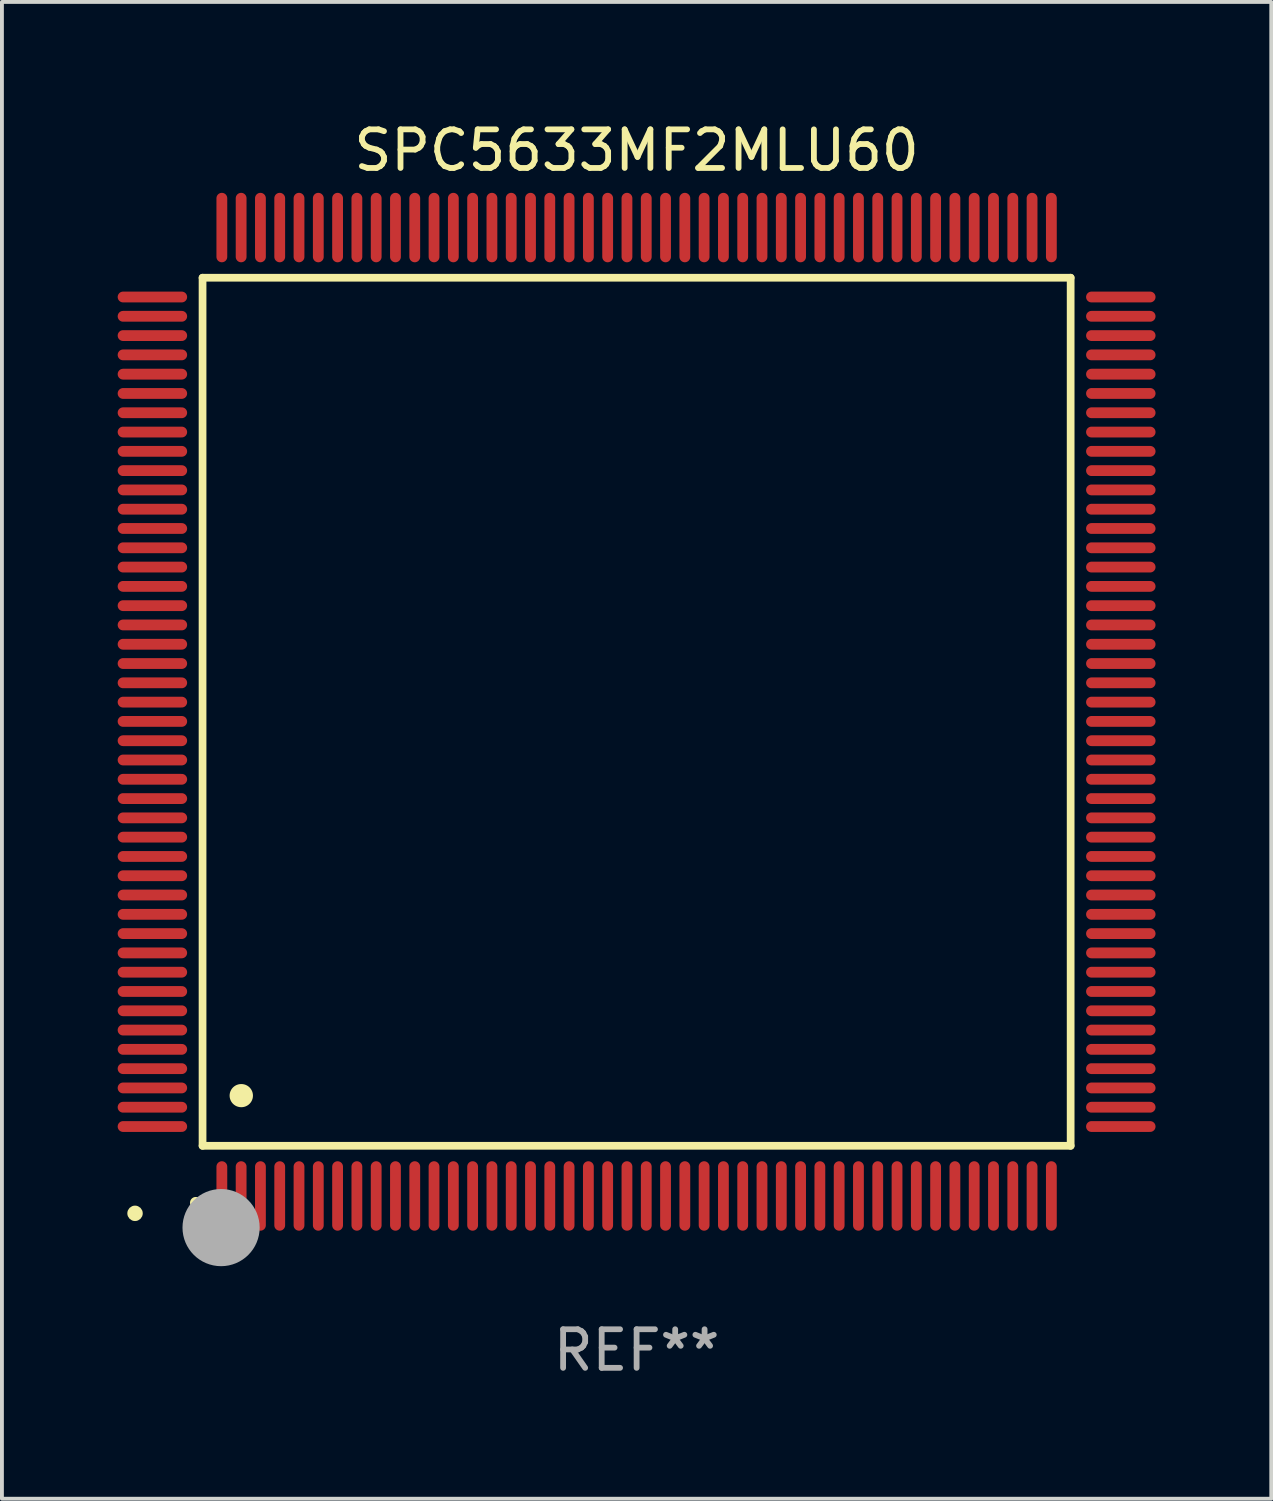
<source format=kicad_pcb>
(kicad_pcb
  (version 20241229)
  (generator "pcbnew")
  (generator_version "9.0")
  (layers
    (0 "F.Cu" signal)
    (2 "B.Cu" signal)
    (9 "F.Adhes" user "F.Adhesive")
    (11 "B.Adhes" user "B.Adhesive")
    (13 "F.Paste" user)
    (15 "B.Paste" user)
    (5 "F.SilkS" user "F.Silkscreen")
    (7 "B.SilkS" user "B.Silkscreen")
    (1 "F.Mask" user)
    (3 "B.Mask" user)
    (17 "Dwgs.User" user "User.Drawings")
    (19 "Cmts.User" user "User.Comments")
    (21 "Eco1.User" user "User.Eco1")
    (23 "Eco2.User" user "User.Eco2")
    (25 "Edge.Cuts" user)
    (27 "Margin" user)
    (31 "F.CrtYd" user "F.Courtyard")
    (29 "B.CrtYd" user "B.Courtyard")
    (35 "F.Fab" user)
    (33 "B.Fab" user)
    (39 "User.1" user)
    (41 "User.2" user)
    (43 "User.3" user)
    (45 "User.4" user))
  (footprint "SPC5633MF2MLU60"
    (layer "F.Cu")
    (at 13.45 15.398)
    (property "Reference" "SPC5633MF2MLU60" (at 0 -14.55 0) (layer "F.SilkS") (effects (font (size 1 1) (thickness 0.15))))
    (attr through_hole)
    (fp_line (start -11.25 -11.25) (end 11.25 -11.25) (stroke (width 0.2) (type solid)) (layer "F.SilkS"))
    (fp_line (start -11.25 11.25) (end -11.25 -11.25) (stroke (width 0.2) (type solid)) (layer "F.SilkS"))
    (fp_line (start 11.25 -11.25) (end 11.25 11.25) (stroke (width 0.2) (type solid)) (layer "F.SilkS"))
    (fp_line (start 11.25 11.25) (end -11.25 11.25) (stroke (width 0.2) (type solid)) (layer "F.SilkS"))
    (fp_arc (start -11.424943 12.725425) (mid -11.423673 12.72542) (end -11.422403 12.725425) (stroke (width 0.3) (type solid)) (layer "F.SilkS"))
    (fp_arc (start -10.24892 9.9492) (mid -10.24638 9.949189) (end -10.24384 9.9492) (stroke (width 0.6) (type solid)) (layer "F.SilkS"))
    (fp_circle (center -13 13) (end -12.9 13) (stroke (width 0.2) (type solid)) (fill no) (layer "F.SilkS"))
    (fp_circle (center -10.77 13.37) (end -10.27 13.37) (stroke (width 1) (type solid)) (fill no) (layer "F.Fab"))
    (fp_text user "REF**" (at 0 16.55 0) (layer "F.Fab") (effects (font (size 1 1) (thickness 0.15))))
    (pad "1" smd oval (at -10.75 12.55) (size 0.28 1.8) (layers "F.Cu" "F.Mask" "F.Paste"))
    (pad "2" smd oval (at -10.25 12.55) (size 0.28 1.8) (layers "F.Cu" "F.Mask" "F.Paste"))
    (pad "3" smd oval (at -9.75 12.55) (size 0.28 1.8) (layers "F.Cu" "F.Mask" "F.Paste"))
    (pad "4" smd oval (at -9.25 12.55) (size 0.28 1.8) (layers "F.Cu" "F.Mask" "F.Paste"))
    (pad "5" smd oval (at -8.75 12.55) (size 0.28 1.8) (layers "F.Cu" "F.Mask" "F.Paste"))
    (pad "6" smd oval (at -8.25 12.55) (size 0.28 1.8) (layers "F.Cu" "F.Mask" "F.Paste"))
    (pad "7" smd oval (at -7.75 12.55) (size 0.28 1.8) (layers "F.Cu" "F.Mask" "F.Paste"))
    (pad "8" smd oval (at -7.25 12.55) (size 0.28 1.8) (layers "F.Cu" "F.Mask" "F.Paste"))
    (pad "9" smd oval (at -6.75 12.55) (size 0.28 1.8) (layers "F.Cu" "F.Mask" "F.Paste"))
    (pad "10" smd oval (at -6.25 12.55) (size 0.28 1.8) (layers "F.Cu" "F.Mask" "F.Paste"))
    (pad "11" smd oval (at -5.75 12.55) (size 0.28 1.8) (layers "F.Cu" "F.Mask" "F.Paste"))
    (pad "12" smd oval (at -5.25 12.55) (size 0.28 1.8) (layers "F.Cu" "F.Mask" "F.Paste"))
    (pad "13" smd oval (at -4.75 12.55) (size 0.28 1.8) (layers "F.Cu" "F.Mask" "F.Paste"))
    (pad "14" smd oval (at -4.25 12.55) (size 0.28 1.8) (layers "F.Cu" "F.Mask" "F.Paste"))
    (pad "15" smd oval (at -3.75 12.55) (size 0.28 1.8) (layers "F.Cu" "F.Mask" "F.Paste"))
    (pad "16" smd oval (at -3.25 12.55) (size 0.28 1.8) (layers "F.Cu" "F.Mask" "F.Paste"))
    (pad "17" smd oval (at -2.75 12.55) (size 0.28 1.8) (layers "F.Cu" "F.Mask" "F.Paste"))
    (pad "18" smd oval (at -2.25 12.55) (size 0.28 1.8) (layers "F.Cu" "F.Mask" "F.Paste"))
    (pad "19" smd oval (at -1.75 12.55) (size 0.28 1.8) (layers "F.Cu" "F.Mask" "F.Paste"))
    (pad "20" smd oval (at -1.25 12.55) (size 0.28 1.8) (layers "F.Cu" "F.Mask" "F.Paste"))
    (pad "21" smd oval (at -0.75 12.55) (size 0.28 1.8) (layers "F.Cu" "F.Mask" "F.Paste"))
    (pad "22" smd oval (at -0.25 12.55) (size 0.28 1.8) (layers "F.Cu" "F.Mask" "F.Paste"))
    (pad "23" smd oval (at 0.25 12.55) (size 0.28 1.8) (layers "F.Cu" "F.Mask" "F.Paste"))
    (pad "24" smd oval (at 0.75 12.55) (size 0.28 1.8) (layers "F.Cu" "F.Mask" "F.Paste"))
    (pad "25" smd oval (at 1.25 12.55) (size 0.28 1.8) (layers "F.Cu" "F.Mask" "F.Paste"))
    (pad "26" smd oval (at 1.75 12.55) (size 0.28 1.8) (layers "F.Cu" "F.Mask" "F.Paste"))
    (pad "27" smd oval (at 2.25 12.55) (size 0.28 1.8) (layers "F.Cu" "F.Mask" "F.Paste"))
    (pad "28" smd oval (at 2.75 12.55) (size 0.28 1.8) (layers "F.Cu" "F.Mask" "F.Paste"))
    (pad "29" smd oval (at 3.25 12.55) (size 0.28 1.8) (layers "F.Cu" "F.Mask" "F.Paste"))
    (pad "30" smd oval (at 3.75 12.55) (size 0.28 1.8) (layers "F.Cu" "F.Mask" "F.Paste"))
    (pad "31" smd oval (at 4.25 12.55) (size 0.28 1.8) (layers "F.Cu" "F.Mask" "F.Paste"))
    (pad "32" smd oval (at 4.75 12.55) (size 0.28 1.8) (layers "F.Cu" "F.Mask" "F.Paste"))
    (pad "33" smd oval (at 5.25 12.55) (size 0.28 1.8) (layers "F.Cu" "F.Mask" "F.Paste"))
    (pad "34" smd oval (at 5.75 12.55) (size 0.28 1.8) (layers "F.Cu" "F.Mask" "F.Paste"))
    (pad "35" smd oval (at 6.25 12.55) (size 0.28 1.8) (layers "F.Cu" "F.Mask" "F.Paste"))
    (pad "36" smd oval (at 6.75 12.55) (size 0.28 1.8) (layers "F.Cu" "F.Mask" "F.Paste"))
    (pad "37" smd oval (at 7.25 12.55) (size 0.28 1.8) (layers "F.Cu" "F.Mask" "F.Paste"))
    (pad "38" smd oval (at 7.75 12.55) (size 0.28 1.8) (layers "F.Cu" "F.Mask" "F.Paste"))
    (pad "39" smd oval (at 8.25 12.55) (size 0.28 1.8) (layers "F.Cu" "F.Mask" "F.Paste"))
    (pad "40" smd oval (at 8.75 12.55) (size 0.28 1.8) (layers "F.Cu" "F.Mask" "F.Paste"))
    (pad "41" smd oval (at 9.25 12.55) (size 0.28 1.8) (layers "F.Cu" "F.Mask" "F.Paste"))
    (pad "42" smd oval (at 9.75 12.55) (size 0.28 1.8) (layers "F.Cu" "F.Mask" "F.Paste"))
    (pad "43" smd oval (at 10.25 12.55) (size 0.28 1.8) (layers "F.Cu" "F.Mask" "F.Paste"))
    (pad "44" smd oval (at 10.75 12.55) (size 0.28 1.8) (layers "F.Cu" "F.Mask" "F.Paste"))
    (pad "45" smd oval (at 12.55 10.75) (size 1.8 0.28) (layers "F.Cu" "F.Mask" "F.Paste"))
    (pad "46" smd oval (at 12.55 10.25) (size 1.8 0.28) (layers "F.Cu" "F.Mask" "F.Paste"))
    (pad "47" smd oval (at 12.55 9.75) (size 1.8 0.28) (layers "F.Cu" "F.Mask" "F.Paste"))
    (pad "48" smd oval (at 12.55 9.25) (size 1.8 0.28) (layers "F.Cu" "F.Mask" "F.Paste"))
    (pad "49" smd oval (at 12.55 8.75) (size 1.8 0.28) (layers "F.Cu" "F.Mask" "F.Paste"))
    (pad "50" smd oval (at 12.55 8.25) (size 1.8 0.28) (layers "F.Cu" "F.Mask" "F.Paste"))
    (pad "51" smd oval (at 12.55 7.75) (size 1.8 0.28) (layers "F.Cu" "F.Mask" "F.Paste"))
    (pad "52" smd oval (at 12.55 7.25) (size 1.8 0.28) (layers "F.Cu" "F.Mask" "F.Paste"))
    (pad "53" smd oval (at 12.55 6.75) (size 1.8 0.28) (layers "F.Cu" "F.Mask" "F.Paste"))
    (pad "54" smd oval (at 12.55 6.25) (size 1.8 0.28) (layers "F.Cu" "F.Mask" "F.Paste"))
    (pad "55" smd oval (at 12.55 5.75) (size 1.8 0.28) (layers "F.Cu" "F.Mask" "F.Paste"))
    (pad "56" smd oval (at 12.55 5.25) (size 1.8 0.28) (layers "F.Cu" "F.Mask" "F.Paste"))
    (pad "57" smd oval (at 12.55 4.75) (size 1.8 0.28) (layers "F.Cu" "F.Mask" "F.Paste"))
    (pad "58" smd oval (at 12.55 4.25) (size 1.8 0.28) (layers "F.Cu" "F.Mask" "F.Paste"))
    (pad "59" smd oval (at 12.55 3.75) (size 1.8 0.28) (layers "F.Cu" "F.Mask" "F.Paste"))
    (pad "60" smd oval (at 12.55 3.25) (size 1.8 0.28) (layers "F.Cu" "F.Mask" "F.Paste"))
    (pad "61" smd oval (at 12.55 2.75) (size 1.8 0.28) (layers "F.Cu" "F.Mask" "F.Paste"))
    (pad "62" smd oval (at 12.55 2.25) (size 1.8 0.28) (layers "F.Cu" "F.Mask" "F.Paste"))
    (pad "63" smd oval (at 12.55 1.75) (size 1.8 0.28) (layers "F.Cu" "F.Mask" "F.Paste"))
    (pad "64" smd oval (at 12.55 1.25) (size 1.8 0.28) (layers "F.Cu" "F.Mask" "F.Paste"))
    (pad "65" smd oval (at 12.55 0.75) (size 1.8 0.28) (layers "F.Cu" "F.Mask" "F.Paste"))
    (pad "66" smd oval (at 12.55 0.25) (size 1.8 0.28) (layers "F.Cu" "F.Mask" "F.Paste"))
    (pad "67" smd oval (at 12.55 -0.25) (size 1.8 0.28) (layers "F.Cu" "F.Mask" "F.Paste"))
    (pad "68" smd oval (at 12.55 -0.75) (size 1.8 0.28) (layers "F.Cu" "F.Mask" "F.Paste"))
    (pad "69" smd oval (at 12.55 -1.25) (size 1.8 0.28) (layers "F.Cu" "F.Mask" "F.Paste"))
    (pad "70" smd oval (at 12.55 -1.75) (size 1.8 0.28) (layers "F.Cu" "F.Mask" "F.Paste"))
    (pad "71" smd oval (at 12.55 -2.25) (size 1.8 0.28) (layers "F.Cu" "F.Mask" "F.Paste"))
    (pad "72" smd oval (at 12.55 -2.75) (size 1.8 0.28) (layers "F.Cu" "F.Mask" "F.Paste"))
    (pad "73" smd oval (at 12.55 -3.25) (size 1.8 0.28) (layers "F.Cu" "F.Mask" "F.Paste"))
    (pad "74" smd oval (at 12.55 -3.75) (size 1.8 0.28) (layers "F.Cu" "F.Mask" "F.Paste"))
    (pad "75" smd oval (at 12.55 -4.25) (size 1.8 0.28) (layers "F.Cu" "F.Mask" "F.Paste"))
    (pad "76" smd oval (at 12.55 -4.75) (size 1.8 0.28) (layers "F.Cu" "F.Mask" "F.Paste"))
    (pad "77" smd oval (at 12.55 -5.25) (size 1.8 0.28) (layers "F.Cu" "F.Mask" "F.Paste"))
    (pad "78" smd oval (at 12.55 -5.75) (size 1.8 0.28) (layers "F.Cu" "F.Mask" "F.Paste"))
    (pad "79" smd oval (at 12.55 -6.25) (size 1.8 0.28) (layers "F.Cu" "F.Mask" "F.Paste"))
    (pad "80" smd oval (at 12.55 -6.75) (size 1.8 0.28) (layers "F.Cu" "F.Mask" "F.Paste"))
    (pad "81" smd oval (at 12.55 -7.25) (size 1.8 0.28) (layers "F.Cu" "F.Mask" "F.Paste"))
    (pad "82" smd oval (at 12.55 -7.75) (size 1.8 0.28) (layers "F.Cu" "F.Mask" "F.Paste"))
    (pad "83" smd oval (at 12.55 -8.25) (size 1.8 0.28) (layers "F.Cu" "F.Mask" "F.Paste"))
    (pad "84" smd oval (at 12.55 -8.75) (size 1.8 0.28) (layers "F.Cu" "F.Mask" "F.Paste"))
    (pad "85" smd oval (at 12.55 -9.25) (size 1.8 0.28) (layers "F.Cu" "F.Mask" "F.Paste"))
    (pad "86" smd oval (at 12.55 -9.75) (size 1.8 0.28) (layers "F.Cu" "F.Mask" "F.Paste"))
    (pad "87" smd oval (at 12.55 -10.25) (size 1.8 0.28) (layers "F.Cu" "F.Mask" "F.Paste"))
    (pad "88" smd oval (at 12.55 -10.75) (size 1.8 0.28) (layers "F.Cu" "F.Mask" "F.Paste"))
    (pad "89" smd oval (at 10.75 -12.55) (size 0.28 1.8) (layers "F.Cu" "F.Mask" "F.Paste"))
    (pad "90" smd oval (at 10.25 -12.55) (size 0.28 1.8) (layers "F.Cu" "F.Mask" "F.Paste"))
    (pad "91" smd oval (at 9.75 -12.55) (size 0.28 1.8) (layers "F.Cu" "F.Mask" "F.Paste"))
    (pad "92" smd oval (at 9.25 -12.55) (size 0.28 1.8) (layers "F.Cu" "F.Mask" "F.Paste"))
    (pad "93" smd oval (at 8.75 -12.55) (size 0.28 1.8) (layers "F.Cu" "F.Mask" "F.Paste"))
    (pad "94" smd oval (at 8.25 -12.55) (size 0.28 1.8) (layers "F.Cu" "F.Mask" "F.Paste"))
    (pad "95" smd oval (at 7.75 -12.55) (size 0.28 1.8) (layers "F.Cu" "F.Mask" "F.Paste"))
    (pad "96" smd oval (at 7.25 -12.55) (size 0.28 1.8) (layers "F.Cu" "F.Mask" "F.Paste"))
    (pad "97" smd oval (at 6.75 -12.55) (size 0.28 1.8) (layers "F.Cu" "F.Mask" "F.Paste"))
    (pad "98" smd oval (at 6.25 -12.55) (size 0.28 1.8) (layers "F.Cu" "F.Mask" "F.Paste"))
    (pad "99" smd oval (at 5.75 -12.55) (size 0.28 1.8) (layers "F.Cu" "F.Mask" "F.Paste"))
    (pad "100" smd oval (at 5.25 -12.55) (size 0.28 1.8) (layers "F.Cu" "F.Mask" "F.Paste"))
    (pad "101" smd oval (at 4.75 -12.55) (size 0.28 1.8) (layers "F.Cu" "F.Mask" "F.Paste"))
    (pad "102" smd oval (at 4.25 -12.55) (size 0.28 1.8) (layers "F.Cu" "F.Mask" "F.Paste"))
    (pad "103" smd oval (at 3.75 -12.55) (size 0.28 1.8) (layers "F.Cu" "F.Mask" "F.Paste"))
    (pad "104" smd oval (at 3.25 -12.55) (size 0.28 1.8) (layers "F.Cu" "F.Mask" "F.Paste"))
    (pad "105" smd oval (at 2.75 -12.55) (size 0.28 1.8) (layers "F.Cu" "F.Mask" "F.Paste"))
    (pad "106" smd oval (at 2.25 -12.55) (size 0.28 1.8) (layers "F.Cu" "F.Mask" "F.Paste"))
    (pad "107" smd oval (at 1.75 -12.55) (size 0.28 1.8) (layers "F.Cu" "F.Mask" "F.Paste"))
    (pad "108" smd oval (at 1.25 -12.55) (size 0.28 1.8) (layers "F.Cu" "F.Mask" "F.Paste"))
    (pad "109" smd oval (at 0.75 -12.55) (size 0.28 1.8) (layers "F.Cu" "F.Mask" "F.Paste"))
    (pad "110" smd oval (at 0.25 -12.55) (size 0.28 1.8) (layers "F.Cu" "F.Mask" "F.Paste"))
    (pad "111" smd oval (at -0.25 -12.55) (size 0.28 1.8) (layers "F.Cu" "F.Mask" "F.Paste"))
    (pad "112" smd oval (at -0.75 -12.55) (size 0.28 1.8) (layers "F.Cu" "F.Mask" "F.Paste"))
    (pad "113" smd oval (at -1.25 -12.55) (size 0.28 1.8) (layers "F.Cu" "F.Mask" "F.Paste"))
    (pad "114" smd oval (at -1.75 -12.55) (size 0.28 1.8) (layers "F.Cu" "F.Mask" "F.Paste"))
    (pad "115" smd oval (at -2.25 -12.55) (size 0.28 1.8) (layers "F.Cu" "F.Mask" "F.Paste"))
    (pad "116" smd oval (at -2.75 -12.55) (size 0.28 1.8) (layers "F.Cu" "F.Mask" "F.Paste"))
    (pad "117" smd oval (at -3.25 -12.55) (size 0.28 1.8) (layers "F.Cu" "F.Mask" "F.Paste"))
    (pad "118" smd oval (at -3.75 -12.55) (size 0.28 1.8) (layers "F.Cu" "F.Mask" "F.Paste"))
    (pad "119" smd oval (at -4.25 -12.55) (size 0.28 1.8) (layers "F.Cu" "F.Mask" "F.Paste"))
    (pad "120" smd oval (at -4.75 -12.55) (size 0.28 1.8) (layers "F.Cu" "F.Mask" "F.Paste"))
    (pad "121" smd oval (at -5.25 -12.55) (size 0.28 1.8) (layers "F.Cu" "F.Mask" "F.Paste"))
    (pad "122" smd oval (at -5.75 -12.55) (size 0.28 1.8) (layers "F.Cu" "F.Mask" "F.Paste"))
    (pad "123" smd oval (at -6.25 -12.55) (size 0.28 1.8) (layers "F.Cu" "F.Mask" "F.Paste"))
    (pad "124" smd oval (at -6.75 -12.55) (size 0.28 1.8) (layers "F.Cu" "F.Mask" "F.Paste"))
    (pad "125" smd oval (at -7.25 -12.55) (size 0.28 1.8) (layers "F.Cu" "F.Mask" "F.Paste"))
    (pad "126" smd oval (at -7.75 -12.55) (size 0.28 1.8) (layers "F.Cu" "F.Mask" "F.Paste"))
    (pad "127" smd oval (at -8.25 -12.55) (size 0.28 1.8) (layers "F.Cu" "F.Mask" "F.Paste"))
    (pad "128" smd oval (at -8.75 -12.55) (size 0.28 1.8) (layers "F.Cu" "F.Mask" "F.Paste"))
    (pad "129" smd oval (at -9.25 -12.55) (size 0.28 1.8) (layers "F.Cu" "F.Mask" "F.Paste"))
    (pad "130" smd oval (at -9.75 -12.55) (size 0.28 1.8) (layers "F.Cu" "F.Mask" "F.Paste"))
    (pad "131" smd oval (at -10.25 -12.55) (size 0.28 1.8) (layers "F.Cu" "F.Mask" "F.Paste"))
    (pad "132" smd oval (at -10.75 -12.55) (size 0.28 1.8) (layers "F.Cu" "F.Mask" "F.Paste"))
    (pad "133" smd oval (at -12.55 -10.75) (size 1.8 0.28) (layers "F.Cu" "F.Mask" "F.Paste"))
    (pad "134" smd oval (at -12.55 -10.25) (size 1.8 0.28) (layers "F.Cu" "F.Mask" "F.Paste"))
    (pad "135" smd oval (at -12.55 -9.75) (size 1.8 0.28) (layers "F.Cu" "F.Mask" "F.Paste"))
    (pad "136" smd oval (at -12.55 -9.25) (size 1.8 0.28) (layers "F.Cu" "F.Mask" "F.Paste"))
    (pad "137" smd oval (at -12.55 -8.75) (size 1.8 0.28) (layers "F.Cu" "F.Mask" "F.Paste"))
    (pad "138" smd oval (at -12.55 -8.25) (size 1.8 0.28) (layers "F.Cu" "F.Mask" "F.Paste"))
    (pad "139" smd oval (at -12.55 -7.75) (size 1.8 0.28) (layers "F.Cu" "F.Mask" "F.Paste"))
    (pad "140" smd oval (at -12.55 -7.25) (size 1.8 0.28) (layers "F.Cu" "F.Mask" "F.Paste"))
    (pad "141" smd oval (at -12.55 -6.75) (size 1.8 0.28) (layers "F.Cu" "F.Mask" "F.Paste"))
    (pad "142" smd oval (at -12.55 -6.25) (size 1.8 0.28) (layers "F.Cu" "F.Mask" "F.Paste"))
    (pad "143" smd oval (at -12.55 -5.75) (size 1.8 0.28) (layers "F.Cu" "F.Mask" "F.Paste"))
    (pad "144" smd oval (at -12.55 -5.25) (size 1.8 0.28) (layers "F.Cu" "F.Mask" "F.Paste"))
    (pad "145" smd oval (at -12.55 -4.75) (size 1.8 0.28) (layers "F.Cu" "F.Mask" "F.Paste"))
    (pad "146" smd oval (at -12.55 -4.25) (size 1.8 0.28) (layers "F.Cu" "F.Mask" "F.Paste"))
    (pad "147" smd oval (at -12.55 -3.75) (size 1.8 0.28) (layers "F.Cu" "F.Mask" "F.Paste"))
    (pad "148" smd oval (at -12.55 -3.25) (size 1.8 0.28) (layers "F.Cu" "F.Mask" "F.Paste"))
    (pad "149" smd oval (at -12.55 -2.75) (size 1.8 0.28) (layers "F.Cu" "F.Mask" "F.Paste"))
    (pad "150" smd oval (at -12.55 -2.25) (size 1.8 0.28) (layers "F.Cu" "F.Mask" "F.Paste"))
    (pad "151" smd oval (at -12.55 -1.75) (size 1.8 0.28) (layers "F.Cu" "F.Mask" "F.Paste"))
    (pad "152" smd oval (at -12.55 -1.25) (size 1.8 0.28) (layers "F.Cu" "F.Mask" "F.Paste"))
    (pad "153" smd oval (at -12.55 -0.75) (size 1.8 0.28) (layers "F.Cu" "F.Mask" "F.Paste"))
    (pad "154" smd oval (at -12.55 -0.25) (size 1.8 0.28) (layers "F.Cu" "F.Mask" "F.Paste"))
    (pad "155" smd oval (at -12.55 0.25) (size 1.8 0.28) (layers "F.Cu" "F.Mask" "F.Paste"))
    (pad "156" smd oval (at -12.55 0.75) (size 1.8 0.28) (layers "F.Cu" "F.Mask" "F.Paste"))
    (pad "157" smd oval (at -12.55 1.25) (size 1.8 0.28) (layers "F.Cu" "F.Mask" "F.Paste"))
    (pad "158" smd oval (at -12.55 1.75) (size 1.8 0.28) (layers "F.Cu" "F.Mask" "F.Paste"))
    (pad "159" smd oval (at -12.55 2.25) (size 1.8 0.28) (layers "F.Cu" "F.Mask" "F.Paste"))
    (pad "160" smd oval (at -12.55 2.75) (size 1.8 0.28) (layers "F.Cu" "F.Mask" "F.Paste"))
    (pad "161" smd oval (at -12.55 3.25) (size 1.8 0.28) (layers "F.Cu" "F.Mask" "F.Paste"))
    (pad "162" smd oval (at -12.55 3.75) (size 1.8 0.28) (layers "F.Cu" "F.Mask" "F.Paste"))
    (pad "163" smd oval (at -12.55 4.25) (size 1.8 0.28) (layers "F.Cu" "F.Mask" "F.Paste"))
    (pad "164" smd oval (at -12.55 4.75) (size 1.8 0.28) (layers "F.Cu" "F.Mask" "F.Paste"))
    (pad "165" smd oval (at -12.55 5.25) (size 1.8 0.28) (layers "F.Cu" "F.Mask" "F.Paste"))
    (pad "166" smd oval (at -12.55 5.75) (size 1.8 0.28) (layers "F.Cu" "F.Mask" "F.Paste"))
    (pad "167" smd oval (at -12.55 6.25) (size 1.8 0.28) (layers "F.Cu" "F.Mask" "F.Paste"))
    (pad "168" smd oval (at -12.55 6.75) (size 1.8 0.28) (layers "F.Cu" "F.Mask" "F.Paste"))
    (pad "169" smd oval (at -12.55 7.25) (size 1.8 0.28) (layers "F.Cu" "F.Mask" "F.Paste"))
    (pad "170" smd oval (at -12.55 7.75) (size 1.8 0.28) (layers "F.Cu" "F.Mask" "F.Paste"))
    (pad "171" smd oval (at -12.55 8.25) (size 1.8 0.28) (layers "F.Cu" "F.Mask" "F.Paste"))
    (pad "172" smd oval (at -12.55 8.75) (size 1.8 0.28) (layers "F.Cu" "F.Mask" "F.Paste"))
    (pad "173" smd oval (at -12.55 9.25) (size 1.8 0.28) (layers "F.Cu" "F.Mask" "F.Paste"))
    (pad "174" smd oval (at -12.55 9.75) (size 1.8 0.28) (layers "F.Cu" "F.Mask" "F.Paste"))
    (pad "175" smd oval (at -12.55 10.25) (size 1.8 0.28) (layers "F.Cu" "F.Mask" "F.Paste"))
    (pad "176" smd oval (at -12.55 10.75) (size 1.8 0.28) (layers "F.Cu" "F.Mask" "F.Paste")))
  (gr_rect
    (start -3 -3)
    (end 29.9 35.796)
    (stroke (width 0.1) (type default))
    (fill no)
    (layer "Edge.Cuts")))
</source>
